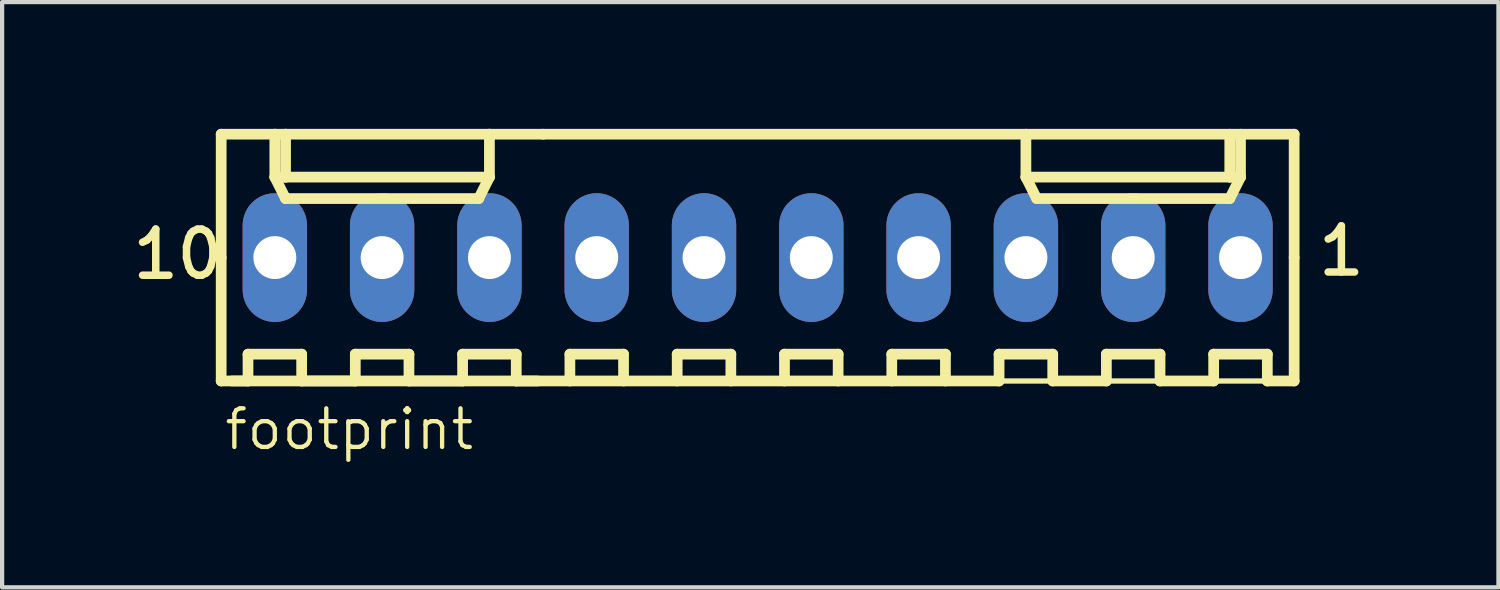
<source format=kicad_pcb>
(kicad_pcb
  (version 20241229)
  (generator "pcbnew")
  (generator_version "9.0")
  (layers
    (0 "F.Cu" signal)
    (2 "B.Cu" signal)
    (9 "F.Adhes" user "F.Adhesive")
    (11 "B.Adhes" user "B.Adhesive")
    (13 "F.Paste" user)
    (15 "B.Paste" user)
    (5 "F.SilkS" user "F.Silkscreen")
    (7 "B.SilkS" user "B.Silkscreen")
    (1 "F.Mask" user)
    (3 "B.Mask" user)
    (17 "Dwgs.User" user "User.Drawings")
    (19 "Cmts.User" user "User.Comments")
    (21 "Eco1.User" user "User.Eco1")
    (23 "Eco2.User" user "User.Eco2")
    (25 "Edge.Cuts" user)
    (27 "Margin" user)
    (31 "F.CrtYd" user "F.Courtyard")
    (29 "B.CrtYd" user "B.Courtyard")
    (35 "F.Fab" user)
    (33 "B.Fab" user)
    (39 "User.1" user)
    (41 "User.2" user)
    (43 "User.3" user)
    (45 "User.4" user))
  (footprint "footprint"
    (layer "F.Cu")
    (at 14.886 3.048)
    (property "Reference" "footprint" (at -12.673 4.599 0) (layer "F.SilkS") (effects (font (size 0.914 0.914) (thickness 0.102)) (justify left bottom)))
    (fp_line (start -12.7 -2.921) (end -11.43 -2.921) (stroke (width 0.254) (type solid)) (layer "F.SilkS"))
    (fp_line (start -12.7 0) (end -12.7 -2.921) (stroke (width 0.254) (type solid)) (layer "F.SilkS"))
    (fp_line (start -12.7 0) (end -12.7 2.921) (stroke (width 0.254) (type solid)) (layer "F.SilkS"))
    (fp_line (start -12.7 2.921) (end -5.207 2.921) (stroke (width 0.254) (type solid)) (layer "F.SilkS"))
    (fp_line (start -12.446 2.921) (end -12.065 2.921) (stroke (width 0.254) (type solid)) (layer "F.SilkS"))
    (fp_line (start -12.065 2.286) (end -10.795 2.286) (stroke (width 0.254) (type solid)) (layer "F.SilkS"))
    (fp_line (start -12.065 2.921) (end -12.065 2.286) (stroke (width 0.254) (type solid)) (layer "F.SilkS"))
    (fp_line (start -11.43 -2.921) (end -11.176 -2.921) (stroke (width 0.254) (type solid)) (layer "F.SilkS"))
    (fp_line (start -11.43 -2.54) (end -11.43 -2.921) (stroke (width 0.127) (type solid)) (layer "F.SilkS"))
    (fp_line (start -11.43 -1.905) (end -11.43 -2.921) (stroke (width 0.254) (type solid)) (layer "F.SilkS"))
    (fp_line (start -11.43 -1.905) (end -11.176 -1.905) (stroke (width 0.254) (type solid)) (layer "F.SilkS"))
    (fp_line (start -11.43 -1.905) (end -11.176 -1.397) (stroke (width 0.254) (type solid)) (layer "F.SilkS"))
    (fp_line (start -11.176 -2.921) (end -11.176 -1.905) (stroke (width 0.254) (type solid)) (layer "F.SilkS"))
    (fp_line (start -11.176 -2.921) (end -6.35 -2.921) (stroke (width 0.254) (type solid)) (layer "F.SilkS"))
    (fp_line (start -11.176 -1.905) (end -6.35 -1.905) (stroke (width 0.254) (type solid)) (layer "F.SilkS"))
    (fp_line (start -11.176 -1.397) (end -6.604 -1.397) (stroke (width 0.254) (type solid)) (layer "F.SilkS"))
    (fp_line (start -10.795 2.286) (end -10.795 2.921) (stroke (width 0.254) (type solid)) (layer "F.SilkS"))
    (fp_line (start -10.795 2.921) (end -9.525 2.921) (stroke (width 0.254) (type solid)) (layer "F.SilkS"))
    (fp_line (start -9.525 2.286) (end -8.255 2.286) (stroke (width 0.254) (type solid)) (layer "F.SilkS"))
    (fp_line (start -9.525 2.921) (end -9.525 2.286) (stroke (width 0.254) (type solid)) (layer "F.SilkS"))
    (fp_line (start -8.255 2.286) (end -8.255 2.921) (stroke (width 0.254) (type solid)) (layer "F.SilkS"))
    (fp_line (start -8.255 2.921) (end -6.985 2.921) (stroke (width 0.254) (type solid)) (layer "F.SilkS"))
    (fp_line (start -6.985 2.286) (end -5.715 2.286) (stroke (width 0.254) (type solid)) (layer "F.SilkS"))
    (fp_line (start -6.985 2.921) (end -6.985 2.286) (stroke (width 0.254) (type solid)) (layer "F.SilkS"))
    (fp_line (start -6.604 -1.397) (end -6.35 -1.905) (stroke (width 0.254) (type solid)) (layer "F.SilkS"))
    (fp_line (start -6.35 -2.921) (end -5.08 -2.921) (stroke (width 0.254) (type solid)) (layer "F.SilkS"))
    (fp_line (start -6.35 -1.905) (end -6.35 -2.921) (stroke (width 0.254) (type solid)) (layer "F.SilkS"))
    (fp_line (start -5.715 2.286) (end -5.715 2.921) (stroke (width 0.254) (type solid)) (layer "F.SilkS"))
    (fp_line (start -5.715 2.921) (end 5.715 2.921) (stroke (width 0.254) (type solid)) (layer "F.SilkS"))
    (fp_line (start -4.445 2.286) (end -3.175 2.286) (stroke (width 0.254) (type solid)) (layer "F.SilkS"))
    (fp_line (start -4.445 2.921) (end -4.445 2.286) (stroke (width 0.254) (type solid)) (layer "F.SilkS"))
    (fp_line (start -3.175 2.286) (end -3.175 2.921) (stroke (width 0.254) (type solid)) (layer "F.SilkS"))
    (fp_line (start -1.905 2.286) (end -0.635 2.286) (stroke (width 0.254) (type solid)) (layer "F.SilkS"))
    (fp_line (start -1.905 2.921) (end -1.905 2.286) (stroke (width 0.254) (type solid)) (layer "F.SilkS"))
    (fp_line (start -0.635 2.286) (end -0.635 2.921) (stroke (width 0.254) (type solid)) (layer "F.SilkS"))
    (fp_line (start 0.635 2.286) (end 1.905 2.286) (stroke (width 0.254) (type solid)) (layer "F.SilkS"))
    (fp_line (start 0.635 2.921) (end 0.635 2.286) (stroke (width 0.254) (type solid)) (layer "F.SilkS"))
    (fp_line (start 1.905 2.286) (end 1.905 2.921) (stroke (width 0.254) (type solid)) (layer "F.SilkS"))
    (fp_line (start 3.175 2.286) (end 4.445 2.286) (stroke (width 0.254) (type solid)) (layer "F.SilkS"))
    (fp_line (start 3.175 2.921) (end 3.175 2.286) (stroke (width 0.254) (type solid)) (layer "F.SilkS"))
    (fp_line (start 4.445 2.286) (end 4.445 2.921) (stroke (width 0.254) (type solid)) (layer "F.SilkS"))
    (fp_line (start 5.715 2.286) (end 6.985 2.286) (stroke (width 0.254) (type solid)) (layer "F.SilkS"))
    (fp_line (start 5.715 2.921) (end 5.715 2.286) (stroke (width 0.254) (type solid)) (layer "F.SilkS"))
    (fp_line (start 6.35 -1.905) (end 6.35 -2.921) (stroke (width 0.254) (type solid)) (layer "F.SilkS"))
    (fp_line (start 6.35 -1.905) (end 6.604 -1.397) (stroke (width 0.254) (type solid)) (layer "F.SilkS"))
    (fp_line (start 6.35 -1.905) (end 11.176 -1.905) (stroke (width 0.254) (type solid)) (layer "F.SilkS"))
    (fp_line (start 6.604 -1.397) (end 11.176 -1.397) (stroke (width 0.254) (type solid)) (layer "F.SilkS"))
    (fp_line (start 6.985 2.286) (end 6.985 2.921) (stroke (width 0.254) (type solid)) (layer "F.SilkS"))
    (fp_line (start 6.985 2.921) (end 8.255 2.921) (stroke (width 0.254) (type solid)) (layer "F.SilkS"))
    (fp_line (start 8.255 2.286) (end 9.525 2.286) (stroke (width 0.254) (type solid)) (layer "F.SilkS"))
    (fp_line (start 8.255 2.921) (end 8.255 2.286) (stroke (width 0.254) (type solid)) (layer "F.SilkS"))
    (fp_line (start 9.525 2.286) (end 9.525 2.921) (stroke (width 0.254) (type solid)) (layer "F.SilkS"))
    (fp_line (start 9.525 2.921) (end 10.795 2.921) (stroke (width 0.254) (type solid)) (layer "F.SilkS"))
    (fp_line (start 10.795 2.286) (end 12.065 2.286) (stroke (width 0.254) (type solid)) (layer "F.SilkS"))
    (fp_line (start 10.795 2.921) (end 10.795 2.286) (stroke (width 0.254) (type solid)) (layer "F.SilkS"))
    (fp_line (start 11.176 -2.921) (end 11.176 -1.905) (stroke (width 0.254) (type solid)) (layer "F.SilkS"))
    (fp_line (start 11.176 -1.905) (end 11.43 -1.905) (stroke (width 0.254) (type solid)) (layer "F.SilkS"))
    (fp_line (start 11.176 -1.397) (end 11.43 -1.905) (stroke (width 0.254) (type solid)) (layer "F.SilkS"))
    (fp_line (start 11.43 -1.905) (end 11.43 -2.921) (stroke (width 0.254) (type solid)) (layer "F.SilkS"))
    (fp_line (start 12.065 2.286) (end 12.065 2.921) (stroke (width 0.254) (type solid)) (layer "F.SilkS"))
    (fp_line (start 12.065 2.921) (end 12.7 2.921) (stroke (width 0.254) (type solid)) (layer "F.SilkS"))
    (fp_line (start 12.7 -2.921) (end -5.08 -2.921) (stroke (width 0.254) (type solid)) (layer "F.SilkS"))
    (fp_line (start 12.7 0) (end 12.7 -2.921) (stroke (width 0.254) (type solid)) (layer "F.SilkS"))
    (fp_line (start 12.7 0) (end 12.7 2.921) (stroke (width 0.254) (type solid)) (layer "F.SilkS"))
    (fp_line (start 12.7 2.921) (end -5.207 2.921) (stroke (width 0.127) (type solid)) (layer "F.SilkS"))
    (fp_poly (pts (xy -11.684 0.254) (xy -11.176 0.254) (xy -11.176 -0.254) (xy -11.684 -0.254)) (stroke (width 0.1) (type solid)) (fill no) (layer "F.Fab"))
    (fp_poly (pts (xy -9.144 0.254) (xy -8.636 0.254) (xy -8.636 -0.254) (xy -9.144 -0.254)) (stroke (width 0.1) (type solid)) (fill no) (layer "F.Fab"))
    (fp_poly (pts (xy -6.604 0.254) (xy -6.096 0.254) (xy -6.096 -0.254) (xy -6.604 -0.254)) (stroke (width 0.1) (type solid)) (fill no) (layer "F.Fab"))
    (fp_poly (pts (xy -4.064 0.254) (xy -3.556 0.254) (xy -3.556 -0.254) (xy -4.064 -0.254)) (stroke (width 0.1) (type solid)) (fill no) (layer "F.Fab"))
    (fp_poly (pts (xy -1.524 0.254) (xy -1.016 0.254) (xy -1.016 -0.254) (xy -1.524 -0.254)) (stroke (width 0.1) (type solid)) (fill no) (layer "F.Fab"))
    (fp_poly (pts (xy 1.016 0.254) (xy 1.524 0.254) (xy 1.524 -0.254) (xy 1.016 -0.254)) (stroke (width 0.1) (type solid)) (fill no) (layer "F.Fab"))
    (fp_poly (pts (xy 3.556 0.254) (xy 4.064 0.254) (xy 4.064 -0.254) (xy 3.556 -0.254)) (stroke (width 0.1) (type solid)) (fill no) (layer "F.Fab"))
    (fp_poly (pts (xy 6.096 0.254) (xy 6.604 0.254) (xy 6.604 -0.254) (xy 6.096 -0.254)) (stroke (width 0.1) (type solid)) (fill no) (layer "F.Fab"))
    (fp_poly (pts (xy 8.636 0.254) (xy 9.144 0.254) (xy 9.144 -0.254) (xy 8.636 -0.254)) (stroke (width 0.1) (type solid)) (fill no) (layer "F.Fab"))
    (fp_poly (pts (xy 11.176 0.254) (xy 11.684 0.254) (xy 11.684 -0.254) (xy 11.176 -0.254)) (stroke (width 0.1) (type solid)) (fill no) (layer "F.Fab"))
    (fp_text user "1" (at 13.181 0.484 0) (layer "F.SilkS") (effects (font (size 1.092 1.092) (thickness 0.178)) (justify left bottom)))
    (fp_text user "10" (at -14.886 0.56 0) (layer "F.SilkS") (effects (font (size 1.092 1.092) (thickness 0.178)) (justify left bottom)))
    (pad "1" thru_hole oval (at 11.43 0 90) (size 3.048 1.524) (drill 1.016) (layers "*.Cu" "*.Mask"))
    (pad "2" thru_hole oval (at 8.89 0 90) (size 3.048 1.524) (drill 1.016) (layers "*.Cu" "*.Mask"))
    (pad "3" thru_hole oval (at 6.35 0 90) (size 3.048 1.524) (drill 1.016) (layers "*.Cu" "*.Mask"))
    (pad "4" thru_hole oval (at 3.81 0 90) (size 3.048 1.524) (drill 1.016) (layers "*.Cu" "*.Mask"))
    (pad "5" thru_hole oval (at 1.27 0 90) (size 3.048 1.524) (drill 1.016) (layers "*.Cu" "*.Mask"))
    (pad "6" thru_hole oval (at -1.27 0 90) (size 3.048 1.524) (drill 1.016) (layers "*.Cu" "*.Mask"))
    (pad "7" thru_hole oval (at -3.81 0 90) (size 3.048 1.524) (drill 1.016) (layers "*.Cu" "*.Mask"))
    (pad "8" thru_hole oval (at -6.35 0 90) (size 3.048 1.524) (drill 1.016) (layers "*.Cu" "*.Mask"))
    (pad "9" thru_hole oval (at -8.89 0 90) (size 3.048 1.524) (drill 1.016) (layers "*.Cu" "*.Mask"))
    (pad "10" thru_hole oval (at -11.43 0 90) (size 3.048 1.524) (drill 1.016) (layers "*.Cu" "*.Mask")))
  (gr_rect
    (start -3 -3)
    (end 32.422 10.854)
    (stroke (width 0.1) (type default))
    (fill no)
    (layer "Edge.Cuts")))
</source>
